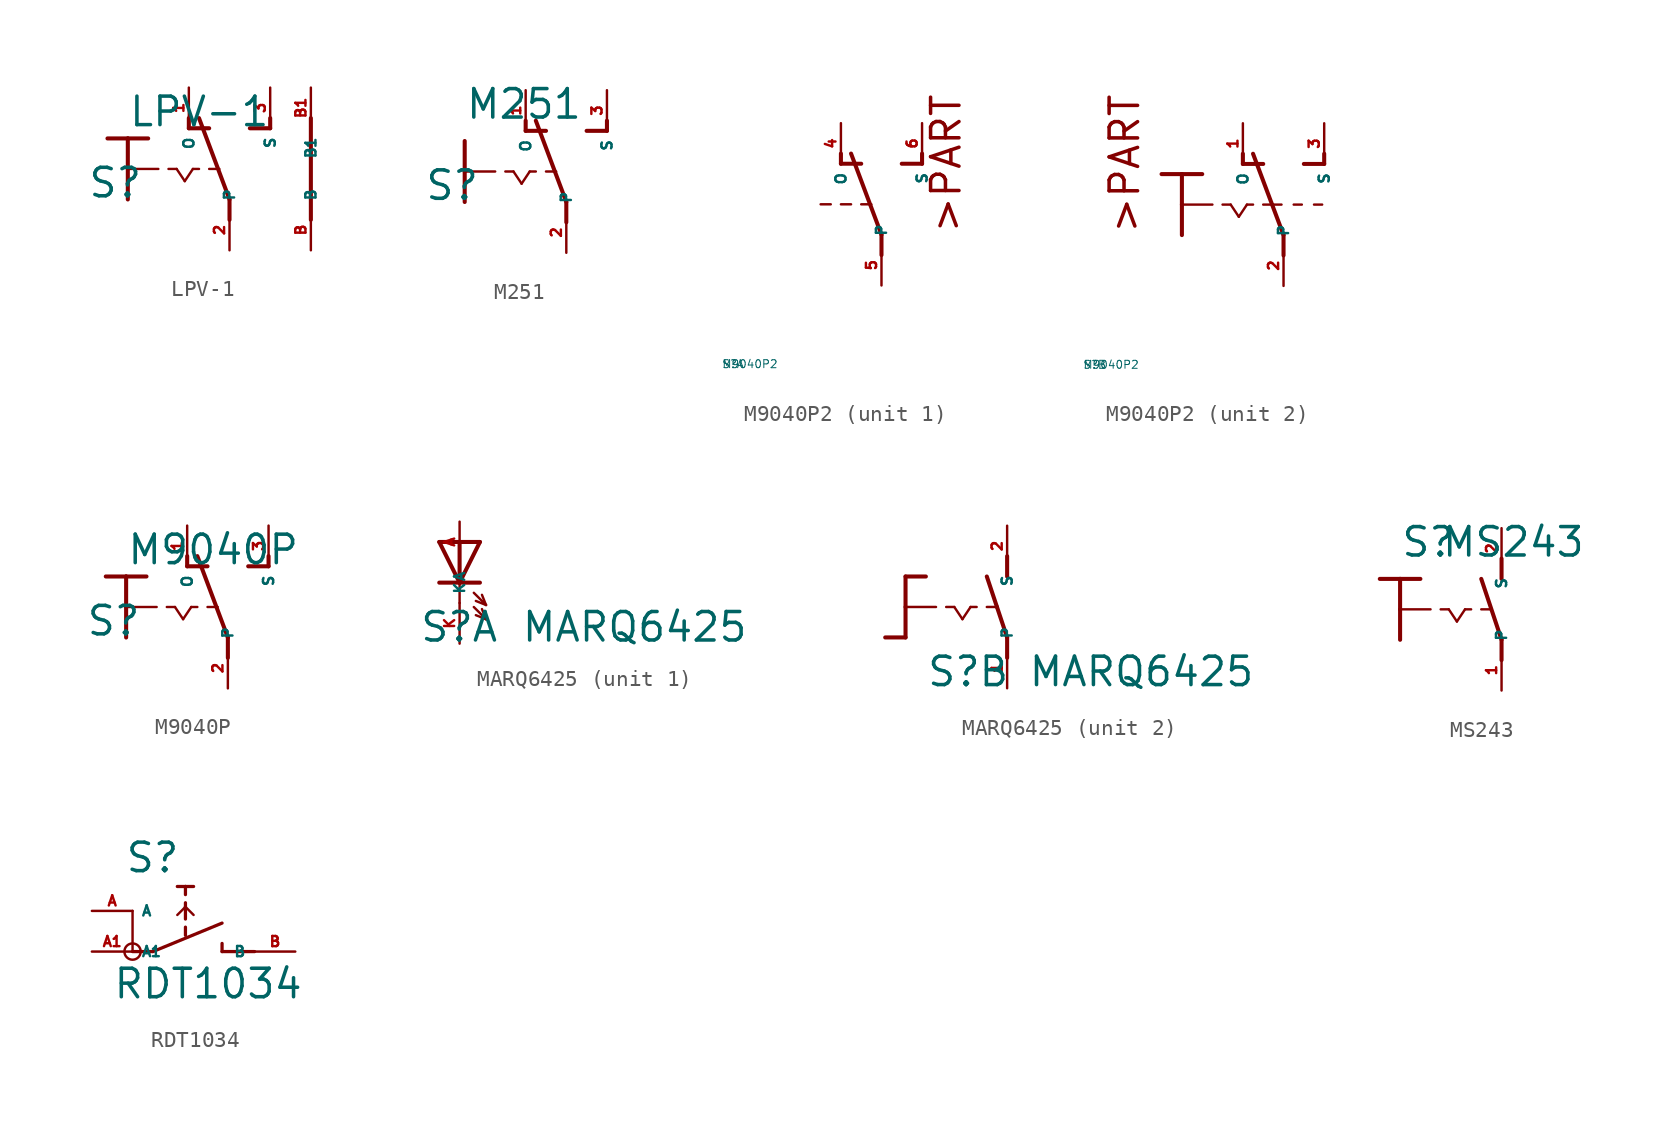
<source format=kicad_sym>
(kicad_symbol_lib
  (version 20220914)
  (generator Eagle2Kicad)
  (symbol "LPV-1"
    (property "Reference" "S"
      (at -6.35 -1.905 0)
      (effects (font (size 1.778 1.778) (thickness 0.22)) (justify left bottom)))
    (property "Value" "LPV-1"
      (at -3.81 2.54 0)
      (effects (font (size 1.778 1.778) (thickness 0.22)) (justify left bottom)))
    (polyline
      (pts (xy -3.81 1.905) (xy -2.54 1.905))
      (stroke (width 0.254) (type default))
      (fill (type none)))
    (polyline
      (pts (xy -3.81 1.905) (xy -3.81 0))
      (stroke (width 0.254) (type default))
      (fill (type none)))
    (polyline
      (pts (xy -3.81 0) (xy -1.905 0))
      (stroke (width 0.152) (type default))
      (fill (type none)))
    (polyline
      (pts (xy -3.81 0) (xy -3.81 -1.905))
      (stroke (width 0.254) (type default))
      (fill (type none)))
    (polyline
      (pts (xy -1.27 0) (xy -0.762 0))
      (stroke (width 0.152) (type default))
      (fill (type none)))
    (polyline
      (pts (xy -5.08 1.905) (xy -3.81 1.905))
      (stroke (width 0.254) (type default))
      (fill (type none)))
    (polyline
      (pts (xy 0.254 0) (xy 0.635 0))
      (stroke (width 0.152) (type default))
      (fill (type none)))
    (polyline
      (pts (xy 1.27 0) (xy 1.905 0))
      (stroke (width 0.152) (type default))
      (fill (type none)))
    (polyline
      (pts (xy 2.54 -3.175) (xy 2.54 -1.905))
      (stroke (width 0.254) (type default))
      (fill (type none)))
    (polyline
      (pts (xy 2.54 -1.905) (xy 0.635 3.175))
      (stroke (width 0.254) (type default))
      (fill (type none)))
    (polyline
      (pts (xy 3.81 2.54) (xy 5.08 2.54))
      (stroke (width 0.254) (type default))
      (fill (type none)))
    (polyline
      (pts (xy 5.08 2.54) (xy 5.08 3.175))
      (stroke (width 0.254) (type default))
      (fill (type none)))
    (polyline
      (pts (xy 0 2.54) (xy 1.27 2.54))
      (stroke (width 0.254) (type default))
      (fill (type none)))
    (polyline
      (pts (xy 0 2.54) (xy 0 3.175))
      (stroke (width 0.254) (type default))
      (fill (type none)))
    (polyline
      (pts (xy -0.762 0) (xy -0.254 -0.762))
      (stroke (width 0.152) (type default))
      (fill (type none)))
    (polyline
      (pts (xy -0.254 -0.762) (xy 0.254 0))
      (stroke (width 0.152) (type default))
      (fill (type none)))
    (polyline
      (pts (xy 7.62 -3.175) (xy 7.62 3.175))
      (stroke (width 0.254) (type default))
      (fill (type none)))
    (pin passive line
      (at 2.54 -5.08 90)
      (length 2.54)
      (name "P" (effects (font (size 0.635 0.635) (thickness 0.08)) (justify left bottom)))
      (number "2" (effects (font (size 0.635 0.635) (thickness 0.08)) (justify left bottom))))
    (pin passive line
      (at 5.08 5.08 270)
      (length 2.54)
      (name "S" (effects (font (size 0.635 0.635) (thickness 0.08)) (justify left bottom)))
      (number "3" (effects (font (size 0.635 0.635) (thickness 0.08)) (justify left bottom))))
    (pin passive line
      (at 0 5.08 270)
      (length 2.54)
      (name "O" (effects (font (size 0.635 0.635) (thickness 0.08)) (justify left bottom)))
      (number "1" (effects (font (size 0.635 0.635) (thickness 0.08)) (justify left bottom))))
    (pin passive line
      (at 7.62 -5.08 90)
      (length 2.54)
      (name "B" (effects (font (size 0.635 0.635) (thickness 0.08)) (justify left bottom)))
      (number "B" (effects (font (size 0.635 0.635) (thickness 0.08)) (justify left bottom))))
    (pin passive line
      (at 7.62 5.08 270)
      (length 2.54)
      (name "B1" (effects (font (size 0.635 0.635) (thickness 0.08)) (justify left bottom)))
      (number "B1" (effects (font (size 0.635 0.635) (thickness 0.08)) (justify left bottom)))))
  (symbol "M251"
    (property "Reference" "S"
      (at -6.35 -1.905 0)
      (effects (font (size 1.778 1.778) (thickness 0.22)) (justify left bottom)))
    (property "Value" "M251"
      (at -3.81 3.175 0)
      (effects (font (size 1.778 1.778) (thickness 0.22)) (justify left bottom)))
    (polyline
      (pts (xy -3.81 1.905) (xy -3.81 0))
      (stroke (width 0.254) (type default))
      (fill (type none)))
    (polyline
      (pts (xy -3.81 0) (xy -1.905 0))
      (stroke (width 0.152) (type default))
      (fill (type none)))
    (polyline
      (pts (xy -3.81 0) (xy -3.81 -1.905))
      (stroke (width 0.254) (type default))
      (fill (type none)))
    (polyline
      (pts (xy -1.27 0) (xy -0.762 0))
      (stroke (width 0.152) (type default))
      (fill (type none)))
    (polyline
      (pts (xy 0.254 0) (xy 0.635 0))
      (stroke (width 0.152) (type default))
      (fill (type none)))
    (polyline
      (pts (xy 2.54 -3.175) (xy 2.54 -1.905))
      (stroke (width 0.254) (type default))
      (fill (type none)))
    (polyline
      (pts (xy 2.54 -1.905) (xy 0.635 3.175))
      (stroke (width 0.254) (type default))
      (fill (type none)))
    (polyline
      (pts (xy 3.81 2.54) (xy 5.08 2.54))
      (stroke (width 0.254) (type default))
      (fill (type none)))
    (polyline
      (pts (xy 5.08 2.54) (xy 5.08 3.175))
      (stroke (width 0.254) (type default))
      (fill (type none)))
    (polyline
      (pts (xy 0 2.54) (xy 1.27 2.54))
      (stroke (width 0.254) (type default))
      (fill (type none)))
    (polyline
      (pts (xy 0 2.54) (xy 0 3.175))
      (stroke (width 0.254) (type default))
      (fill (type none)))
    (polyline
      (pts (xy 1.27 0) (xy 1.905 0))
      (stroke (width 0.152) (type default))
      (fill (type none)))
    (polyline
      (pts (xy -0.762 0) (xy -0.254 -0.762))
      (stroke (width 0.152) (type default))
      (fill (type none)))
    (polyline
      (pts (xy -0.254 -0.762) (xy 0.254 0))
      (stroke (width 0.152) (type default))
      (fill (type none)))
    (pin passive line
      (at 2.54 -5.08 90)
      (length 2.54)
      (name "P" (effects (font (size 0.635 0.635) (thickness 0.08)) (justify left bottom)))
      (number "2" (effects (font (size 0.635 0.635) (thickness 0.08)) (justify left bottom))))
    (pin passive line
      (at 5.08 5.08 270)
      (length 2.54)
      (name "S" (effects (font (size 0.635 0.635) (thickness 0.08)) (justify left bottom)))
      (number "3" (effects (font (size 0.635 0.635) (thickness 0.08)) (justify left bottom))))
    (pin passive line
      (at 0 5.08 270)
      (length 2.54)
      (name "O" (effects (font (size 0.635 0.635) (thickness 0.08)) (justify left bottom)))
      (number "1" (effects (font (size 0.635 0.635) (thickness 0.08)) (justify left bottom)))))
  (symbol "M9040P2"
    (property "Reference" "S"
      (at -10 -10 0)
      (effects (font (size 0.5 0.5) (thickness 0.06)) (justify left)))
    (property "Value" "M9040P2"
      (at -10 -10 0)
      (effects (font (size 0.5 0.5) (thickness 0.06)) (justify left)))
    (symbol "M9040P2_1_0"
      (polyline (pts (xy 0 -3.175) (xy 0 -1.905)) (stroke (width 0.254) (type default)) (fill (type none)))
      (polyline (pts (xy 0 -1.905) (xy -1.905 3.175)) (stroke (width 0.254) (type default)) (fill (type none)))
      (polyline (pts (xy 1.27 2.54) (xy 2.54 2.54)) (stroke (width 0.254) (type default)) (fill (type none)))
      (polyline (pts (xy 2.54 2.54) (xy 2.54 3.175)) (stroke (width 0.254) (type default)) (fill (type none)))
      (polyline (pts (xy -2.54 2.54) (xy -1.27 2.54)) (stroke (width 0.254) (type default)) (fill (type none)))
      (polyline (pts (xy -2.54 2.54) (xy -2.54 3.175)) (stroke (width 0.254) (type default)) (fill (type none)))
      (polyline (pts (xy -0.635 0) (xy -1.27 0)) (stroke (width 0.152) (type default)) (fill (type none)))
      (polyline (pts (xy -1.905 0) (xy -2.54 0)) (stroke (width 0.152) (type default)) (fill (type none)))
      (polyline (pts (xy -3.175 0) (xy -3.81 0)) (stroke (width 0.152) (type default)) (fill (type none)))
      (text ">PART" (at 5.08 -1.905 900) (effects (font (size 1.778 1.778) (thickness 0.22)) (justify left bottom)))
      (pin passive line (at 0 -5.08 90) (length 2.54) (name "P" (effects (font (size 0.635 0.635) (thickness 0.08)) (justify left bottom))) (number "5" (effects (font (size 0.635 0.635) (thickness 0.08)) (justify left bottom))))
      (pin passive line (at 2.54 5.08 270) (length 2.54) (name "S" (effects (font (size 0.635 0.635) (thickness 0.08)) (justify left bottom))) (number "6" (effects (font (size 0.635 0.635) (thickness 0.08)) (justify left bottom))))
      (pin passive line (at -2.54 5.08 270) (length 2.54) (name "O" (effects (font (size 0.635 0.635) (thickness 0.08)) (justify left bottom))) (number "4" (effects (font (size 0.635 0.635) (thickness 0.08)) (justify left bottom)))))
    (symbol "M9040P2_2_0"
      (polyline (pts (xy -3.81 1.905) (xy -2.54 1.905)) (stroke (width 0.254) (type default)) (fill (type none)))
      (polyline (pts (xy -3.81 1.905) (xy -3.81 0)) (stroke (width 0.254) (type default)) (fill (type none)))
      (polyline (pts (xy -3.81 0) (xy -1.905 0)) (stroke (width 0.152) (type default)) (fill (type none)))
      (polyline (pts (xy -3.81 0) (xy -3.81 -1.905)) (stroke (width 0.254) (type default)) (fill (type none)))
      (polyline (pts (xy -1.27 0) (xy -0.762 0)) (stroke (width 0.152) (type default)) (fill (type none)))
      (polyline (pts (xy -5.08 1.905) (xy -3.81 1.905)) (stroke (width 0.254) (type default)) (fill (type none)))
      (polyline (pts (xy 0.254 0) (xy 0.635 0)) (stroke (width 0.152) (type default)) (fill (type none)))
      (polyline (pts (xy 1.27 0) (xy 1.905 0)) (stroke (width 0.152) (type default)) (fill (type none)))
      (polyline (pts (xy 2.54 -3.175) (xy 2.54 -1.905)) (stroke (width 0.254) (type default)) (fill (type none)))
      (polyline (pts (xy 2.54 -1.905) (xy 0.635 3.175)) (stroke (width 0.254) (type default)) (fill (type none)))
      (polyline (pts (xy 3.81 2.54) (xy 5.08 2.54)) (stroke (width 0.254) (type default)) (fill (type none)))
      (polyline (pts (xy 5.08 2.54) (xy 5.08 3.175)) (stroke (width 0.254) (type default)) (fill (type none)))
      (polyline (pts (xy 0 2.54) (xy 1.27 2.54)) (stroke (width 0.254) (type default)) (fill (type none)))
      (polyline (pts (xy 0 2.54) (xy 0 3.175)) (stroke (width 0.254) (type default)) (fill (type none)))
      (polyline (pts (xy -0.762 0) (xy -0.254 -0.762)) (stroke (width 0.152) (type default)) (fill (type none)))
      (polyline (pts (xy -0.254 -0.762) (xy 0.254 0)) (stroke (width 0.152) (type default)) (fill (type none)))
      (polyline (pts (xy 1.905 0) (xy 2.413 0)) (stroke (width 0.152) (type default)) (fill (type none)))
      (polyline (pts (xy 3.175 0) (xy 3.683 0)) (stroke (width 0.152) (type default)) (fill (type none)))
      (polyline (pts (xy 4.445 0) (xy 4.953 0)) (stroke (width 0.152) (type default)) (fill (type none)))
      (text ">PART" (at -6.35 -1.905 900) (effects (font (size 1.778 1.778) (thickness 0.22)) (justify left bottom)))
      (pin passive line (at 2.54 -5.08 90) (length 2.54) (name "P" (effects (font (size 0.635 0.635) (thickness 0.08)) (justify left bottom))) (number "2" (effects (font (size 0.635 0.635) (thickness 0.08)) (justify left bottom))))
      (pin passive line (at 5.08 5.08 270) (length 2.54) (name "S" (effects (font (size 0.635 0.635) (thickness 0.08)) (justify left bottom))) (number "3" (effects (font (size 0.635 0.635) (thickness 0.08)) (justify left bottom))))
      (pin passive line (at 0 5.08 270) (length 2.54) (name "O" (effects (font (size 0.635 0.635) (thickness 0.08)) (justify left bottom))) (number "1" (effects (font (size 0.635 0.635) (thickness 0.08)) (justify left bottom))))))
  (symbol "M9040P"
    (property "Reference" "S"
      (at -6.35 -1.905 0)
      (effects (font (size 1.778 1.778) (thickness 0.22)) (justify left bottom)))
    (property "Value" "M9040P"
      (at -3.81 2.54 0)
      (effects (font (size 1.778 1.778) (thickness 0.22)) (justify left bottom)))
    (polyline
      (pts (xy -3.81 1.905) (xy -2.54 1.905))
      (stroke (width 0.254) (type default))
      (fill (type none)))
    (polyline
      (pts (xy -3.81 1.905) (xy -3.81 0))
      (stroke (width 0.254) (type default))
      (fill (type none)))
    (polyline
      (pts (xy -3.81 0) (xy -1.905 0))
      (stroke (width 0.152) (type default))
      (fill (type none)))
    (polyline
      (pts (xy -3.81 0) (xy -3.81 -1.905))
      (stroke (width 0.254) (type default))
      (fill (type none)))
    (polyline
      (pts (xy -1.27 0) (xy -0.762 0))
      (stroke (width 0.152) (type default))
      (fill (type none)))
    (polyline
      (pts (xy -5.08 1.905) (xy -3.81 1.905))
      (stroke (width 0.254) (type default))
      (fill (type none)))
    (polyline
      (pts (xy 0.254 0) (xy 0.635 0))
      (stroke (width 0.152) (type default))
      (fill (type none)))
    (polyline
      (pts (xy 1.27 0) (xy 1.905 0))
      (stroke (width 0.152) (type default))
      (fill (type none)))
    (polyline
      (pts (xy 2.54 -3.175) (xy 2.54 -1.905))
      (stroke (width 0.254) (type default))
      (fill (type none)))
    (polyline
      (pts (xy 2.54 -1.905) (xy 0.635 3.175))
      (stroke (width 0.254) (type default))
      (fill (type none)))
    (polyline
      (pts (xy 3.81 2.54) (xy 5.08 2.54))
      (stroke (width 0.254) (type default))
      (fill (type none)))
    (polyline
      (pts (xy 5.08 2.54) (xy 5.08 3.175))
      (stroke (width 0.254) (type default))
      (fill (type none)))
    (polyline
      (pts (xy 0 2.54) (xy 1.27 2.54))
      (stroke (width 0.254) (type default))
      (fill (type none)))
    (polyline
      (pts (xy 0 2.54) (xy 0 3.175))
      (stroke (width 0.254) (type default))
      (fill (type none)))
    (polyline
      (pts (xy -0.762 0) (xy -0.254 -0.762))
      (stroke (width 0.152) (type default))
      (fill (type none)))
    (polyline
      (pts (xy -0.254 -0.762) (xy 0.254 0))
      (stroke (width 0.152) (type default))
      (fill (type none)))
    (pin passive line
      (at 2.54 -5.08 90)
      (length 2.54)
      (name "P" (effects (font (size 0.635 0.635) (thickness 0.08)) (justify left bottom)))
      (number "2" (effects (font (size 0.635 0.635) (thickness 0.08)) (justify left bottom))))
    (pin passive line
      (at 5.08 5.08 270)
      (length 2.54)
      (name "S" (effects (font (size 0.635 0.635) (thickness 0.08)) (justify left bottom)))
      (number "3" (effects (font (size 0.635 0.635) (thickness 0.08)) (justify left bottom))))
    (pin passive line
      (at 0 5.08 270)
      (length 2.54)
      (name "O" (effects (font (size 0.635 0.635) (thickness 0.08)) (justify left bottom)))
      (number "1" (effects (font (size 0.635 0.635) (thickness 0.08)) (justify left bottom)))))
  (symbol "MARQ6425"
    (property "Reference" "S"
      (at -2.54 -5.08 0)
      (effects (font (size 1.778 1.778) (thickness 0.22)) (justify left bottom)))
    (property "Value" "MARQ6425"
      (at 3.81 -5.08 0)
      (effects (font (size 1.778 1.778) (thickness 0.22)) (justify left bottom)))
    (symbol "MARQ6425_1_0"
      (polyline (pts (xy 1.27 1.27) (xy 0 -1.27)) (stroke (width 0.254) (type default)) (fill (type none)))
      (polyline (pts (xy 0 -1.27) (xy 0 -2.54)) (stroke (width 0.152) (type default)) (fill (type none)))
      (polyline (pts (xy 0 -1.27) (xy -1.27 1.27)) (stroke (width 0.254) (type default)) (fill (type none)))
      (polyline (pts (xy 1.27 -1.27) (xy 0 -1.27)) (stroke (width 0.254) (type default)) (fill (type none)))
      (polyline (pts (xy 0 -1.27) (xy -1.27 -1.27)) (stroke (width 0.254) (type default)) (fill (type none)))
      (polyline (pts (xy 0.889 -1.905) (xy 1.651 -2.667)) (stroke (width 0.152) (type default)) (fill (type none)))
      (polyline (pts (xy 1.651 -2.667) (xy 1.397 -2.032)) (stroke (width 0.152) (type default)) (fill (type none)))
      (polyline (pts (xy 1.651 -2.667) (xy 1.016 -2.413)) (stroke (width 0.152) (type default)) (fill (type none)))
      (polyline (pts (xy 0.889 -2.794) (xy 1.651 -3.556)) (stroke (width 0.152) (type default)) (fill (type none)))
      (polyline (pts (xy 1.651 -3.556) (xy 1.397 -2.921)) (stroke (width 0.152) (type default)) (fill (type none)))
      (polyline (pts (xy 1.651 -3.556) (xy 1.016 -3.302)) (stroke (width 0.152) (type default)) (fill (type none)))
      (polyline (pts (xy 1.27 1.27) (xy 0 1.27)) (stroke (width 0.254) (type default)) (fill (type none)))
      (polyline (pts (xy 0 1.27) (xy -1.27 1.27)) (stroke (width 0.254) (type default)) (fill (type none)))
      (polyline (pts (xy 0 1.27) (xy 0 -1.27)) (stroke (width 0.254) (type default)) (fill (type none)))
      (pin passive line (at 0 -5.08 90) (length 2.54) (name "K" (effects (font (size 0.635 0.635) (thickness 0.08)) (justify left bottom))) (number "K" (effects (font (size 0.635 0.635) (thickness 0.08)) (justify left bottom))))
      (pin passive line (at 0 2.54 270) (length 2.54) (name "A" (effects (font (size 0.635 0.635) (thickness 0.08)) (justify left bottom))) (number "A" (effects (font (size 0.635 0.635) (thickness 0.08)) (justify left bottom)))))
    (symbol "MARQ6425_2_0"
      (polyline (pts (xy -3.81 1.905) (xy -2.54 1.905)) (stroke (width 0.254) (type default)) (fill (type none)))
      (polyline (pts (xy -3.81 1.905) (xy -3.81 0)) (stroke (width 0.254) (type default)) (fill (type none)))
      (polyline (pts (xy -3.81 -1.905) (xy -5.08 -1.905)) (stroke (width 0.254) (type default)) (fill (type none)))
      (polyline (pts (xy -3.81 0) (xy -1.905 0)) (stroke (width 0.152) (type default)) (fill (type none)))
      (polyline (pts (xy -3.81 0) (xy -3.81 -1.905)) (stroke (width 0.254) (type default)) (fill (type none)))
      (polyline (pts (xy -1.27 0) (xy -0.762 0)) (stroke (width 0.152) (type default)) (fill (type none)))
      (polyline (pts (xy 0.254 0) (xy 0.635 0)) (stroke (width 0.152) (type default)) (fill (type none)))
      (polyline (pts (xy 2.54 -3.175) (xy 2.54 -1.905)) (stroke (width 0.254) (type default)) (fill (type none)))
      (polyline (pts (xy 2.54 -1.905) (xy 1.905 0)) (stroke (width 0.254) (type default)) (fill (type none)))
      (polyline (pts (xy 1.905 0) (xy 1.27 1.905)) (stroke (width 0.254) (type default)) (fill (type none)))
      (polyline (pts (xy 2.54 1.905) (xy 2.54 3.175)) (stroke (width 0.254) (type default)) (fill (type none)))
      (polyline (pts (xy 1.27 0) (xy 1.905 0)) (stroke (width 0.152) (type default)) (fill (type none)))
      (polyline (pts (xy -0.762 0) (xy -0.254 -0.762)) (stroke (width 0.152) (type default)) (fill (type none)))
      (polyline (pts (xy -0.254 -0.762) (xy 0.254 0)) (stroke (width 0.152) (type default)) (fill (type none)))
      (pin passive line (at 2.54 -5.08 90) (length 2.54) (name "P" (effects (font (size 0.635 0.635) (thickness 0.08)) (justify left bottom))) (number "1" (effects (font (size 0.635 0.635) (thickness 0.08)) (justify left bottom))))
      (pin passive line (at 2.54 5.08 270) (length 2.54) (name "S" (effects (font (size 0.635 0.635) (thickness 0.08)) (justify left bottom))) (number "2" (effects (font (size 0.635 0.635) (thickness 0.08)) (justify left bottom))))))
  (symbol "MS243"
    (property "Reference" "S"
      (at -3.81 3.175 0)
      (effects (font (size 1.778 1.778) (thickness 0.22)) (justify left bottom)))
    (property "Value" "MS243"
      (at -1.27 3.175 0)
      (effects (font (size 1.778 1.778) (thickness 0.22)) (justify left bottom)))
    (polyline
      (pts (xy -3.81 1.905) (xy -2.54 1.905))
      (stroke (width 0.254) (type default))
      (fill (type none)))
    (polyline
      (pts (xy -3.81 1.905) (xy -3.81 0))
      (stroke (width 0.254) (type default))
      (fill (type none)))
    (polyline
      (pts (xy -3.81 0) (xy -1.905 0))
      (stroke (width 0.152) (type default))
      (fill (type none)))
    (polyline
      (pts (xy -3.81 0) (xy -3.81 -1.905))
      (stroke (width 0.254) (type default))
      (fill (type none)))
    (polyline
      (pts (xy -1.27 0) (xy -0.762 0))
      (stroke (width 0.152) (type default))
      (fill (type none)))
    (polyline
      (pts (xy -5.08 1.905) (xy -3.81 1.905))
      (stroke (width 0.254) (type default))
      (fill (type none)))
    (polyline
      (pts (xy 0.254 0) (xy 0.635 0))
      (stroke (width 0.152) (type default))
      (fill (type none)))
    (polyline
      (pts (xy 1.27 0) (xy 1.905 0))
      (stroke (width 0.152) (type default))
      (fill (type none)))
    (polyline
      (pts (xy 2.54 -3.175) (xy 2.54 -1.905))
      (stroke (width 0.254) (type default))
      (fill (type none)))
    (polyline
      (pts (xy 2.54 -1.905) (xy 1.27 1.905))
      (stroke (width 0.254) (type default))
      (fill (type none)))
    (polyline
      (pts (xy 2.54 1.905) (xy 2.54 3.175))
      (stroke (width 0.254) (type default))
      (fill (type none)))
    (polyline
      (pts (xy -0.762 0) (xy -0.254 -0.762))
      (stroke (width 0.152) (type default))
      (fill (type none)))
    (polyline
      (pts (xy -0.254 -0.762) (xy 0.254 0))
      (stroke (width 0.152) (type default))
      (fill (type none)))
    (pin passive line
      (at 2.54 -5.08 90)
      (length 2.54)
      (name "P" (effects (font (size 0.635 0.635) (thickness 0.08)) (justify left bottom)))
      (number "1" (effects (font (size 0.635 0.635) (thickness 0.08)) (justify left bottom))))
    (pin passive line
      (at 2.54 5.08 270)
      (length 2.54)
      (name "S" (effects (font (size 0.635 0.635) (thickness 0.08)) (justify left bottom)))
      (number "2" (effects (font (size 0.635 0.635) (thickness 0.08)) (justify left bottom)))))
  (symbol "RDT1034"
    (property "Reference" "S"
      (at -3.048 2.286 0)
      (effects (font (size 1.778 1.778) (thickness 0.22)) (justify left bottom)))
    (property "Value" "RDT1034"
      (at -3.81 -5.588 0)
      (effects (font (size 1.778 1.778) (thickness 0.22)) (justify left bottom)))
    (polyline
      (pts (xy -2.54 0) (xy -2.54 -2.54))
      (stroke (width 0.152) (type default))
      (fill (type none)))
    (polyline
      (pts (xy -2.54 -2.54) (xy -1.27 -2.54))
      (stroke (width 0.203) (type default))
      (fill (type none)))
    (polyline
      (pts (xy -1.27 -2.54) (xy 3.048 -0.762))
      (stroke (width 0.203) (type default))
      (fill (type none)))
    (polyline
      (pts (xy 3.048 -2.032) (xy 3.048 -2.54))
      (stroke (width 0.203) (type default))
      (fill (type none)))
    (polyline
      (pts (xy 3.048 -2.54) (xy 5.08 -2.54))
      (stroke (width 0.203) (type default))
      (fill (type none)))
    (polyline
      (pts (xy 0.762 -1.524) (xy 0.762 -1.016))
      (stroke (width 0.203) (type default))
      (fill (type none)))
    (polyline
      (pts (xy 0.762 -0.508) (xy 0.762 0.254))
      (stroke (width 0.203) (type default))
      (fill (type none)))
    (polyline
      (pts (xy 0.762 0.254) (xy 0.762 0.508))
      (stroke (width 0.203) (type default))
      (fill (type none)))
    (polyline
      (pts (xy 0.762 1.016) (xy 0.762 1.524))
      (stroke (width 0.203) (type default))
      (fill (type none)))
    (polyline
      (pts (xy 1.27 1.524) (xy 0.762 1.524))
      (stroke (width 0.203) (type default))
      (fill (type none)))
    (polyline
      (pts (xy 0.762 1.524) (xy 0.254 1.524))
      (stroke (width 0.203) (type default))
      (fill (type none)))
    (polyline
      (pts (xy 0.254 -0.254) (xy 0.762 0.254))
      (stroke (width 0.152) (type default))
      (fill (type none)))
    (polyline
      (pts (xy 0.762 0.254) (xy 1.27 -0.254))
      (stroke (width 0.152) (type default))
      (fill (type none)))
    (circle
      (center -2.54 -2.54)
      (radius 0.508)
      (stroke (width 0) (type default))
      (fill (type none)))
    (pin passive line
      (at -5.08 0 0)
      (length 2.54)
      (name "A" (effects (font (size 0.635 0.635) (thickness 0.08)) (justify left bottom)))
      (number "A" (effects (font (size 0.635 0.635) (thickness 0.08)) (justify left bottom))))
    (pin passive line
      (at -5.08 -2.54 0)
      (length 2.54)
      (name "A1" (effects (font (size 0.635 0.635) (thickness 0.08)) (justify left bottom)))
      (number "A1" (effects (font (size 0.635 0.635) (thickness 0.08)) (justify left bottom))))
    (pin passive line
      (at 7.62 -2.54 180)
      (length 2.54)
      (name "B" (effects (font (size 0.635 0.635) (thickness 0.08)) (justify left bottom)))
      (number "B" (effects (font (size 0.635 0.635) (thickness 0.08)) (justify left bottom))))))
</source>
